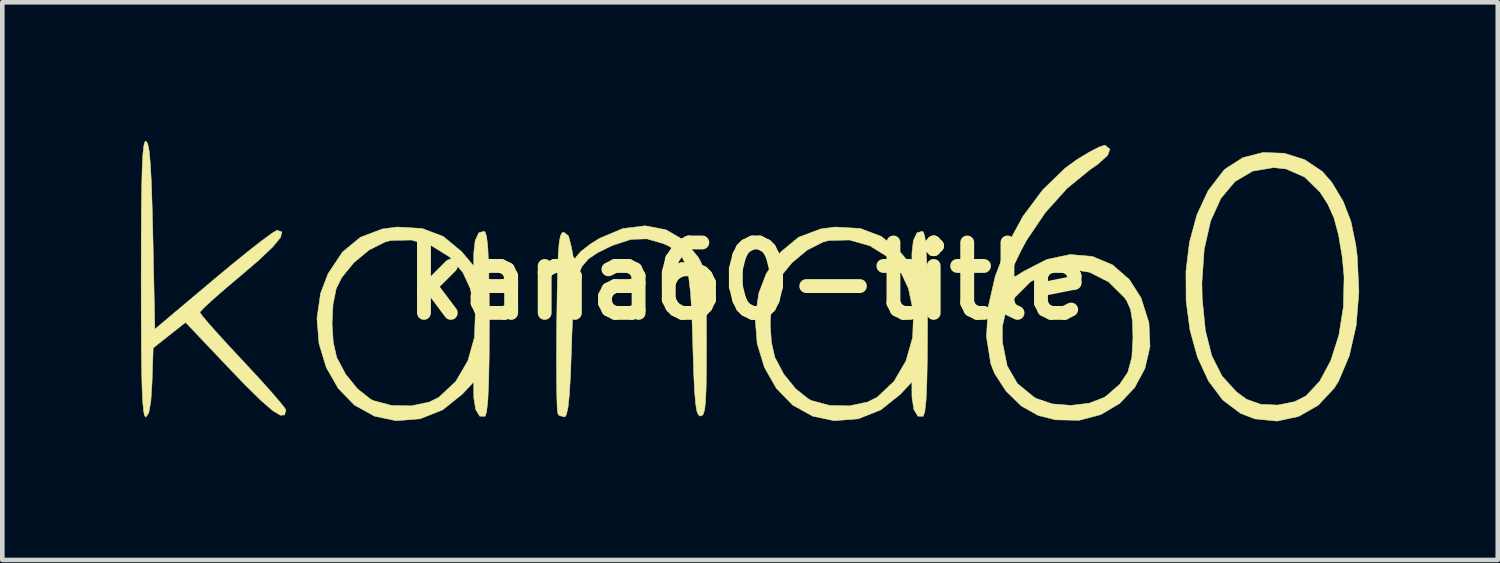
<source format=kicad_pcb>
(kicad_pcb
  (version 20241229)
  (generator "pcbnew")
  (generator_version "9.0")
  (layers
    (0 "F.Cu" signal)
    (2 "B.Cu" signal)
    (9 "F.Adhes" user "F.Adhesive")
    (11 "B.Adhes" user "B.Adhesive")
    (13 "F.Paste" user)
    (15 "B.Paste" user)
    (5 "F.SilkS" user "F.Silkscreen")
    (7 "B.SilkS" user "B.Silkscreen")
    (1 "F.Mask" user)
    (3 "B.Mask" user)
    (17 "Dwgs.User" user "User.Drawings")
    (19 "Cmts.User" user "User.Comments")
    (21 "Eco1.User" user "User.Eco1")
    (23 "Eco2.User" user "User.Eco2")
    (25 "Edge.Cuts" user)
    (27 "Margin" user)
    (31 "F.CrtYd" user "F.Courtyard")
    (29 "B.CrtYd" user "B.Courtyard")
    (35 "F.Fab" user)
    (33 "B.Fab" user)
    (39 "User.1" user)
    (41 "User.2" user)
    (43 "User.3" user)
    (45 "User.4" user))
  (footprint "kana60-title"
    (layer "F.Cu")
    (at 13.128 3.032)
    (property "Reference" "kana60-title" (at 0 0 0) (layer "F.SilkS") (effects (font (size 1.524 1.524) (thickness 0.3))))
    (attr through_hole)
    (fp_poly (pts (xy -12.981 -2.969) (xy -12.95 -2.813) (xy -12.925 -2.543) (xy -12.903 -2.146) (xy -12.885 -1.608) (xy -12.869 -0.975) (xy -12.827 1.042) (xy -11.557 -0.027) (xy -11.16 -0.357) (xy -10.803 -0.646) (xy -10.507 -0.877) (xy -10.294 -1.033) (xy -10.186 -1.098) (xy -10.181 -1.099) (xy -10.077 -1.062) (xy -10.107 -0.944) (xy -10.272 -0.743) (xy -10.575 -0.454) (xy -10.964 -0.121) (xy -11.289 0.153) (xy -11.56 0.389) (xy -11.755 0.568) (xy -11.848 0.668) (xy -11.853 0.678) (xy -11.798 0.757) (xy -11.646 0.937) (xy -11.415 1.195) (xy -11.127 1.509) (xy -10.922 1.728) (xy -10.607 2.067) (xy -10.337 2.366) (xy -10.133 2.602) (xy -10.013 2.752) (xy -9.991 2.793) (xy -10.02 2.898) (xy -10.113 2.903) (xy -10.28 2.801) (xy -10.529 2.586) (xy -10.87 2.251) (xy -11.17 1.939) (xy -12.162 0.894) (xy -12.513 1.171) (xy -12.863 1.448) (xy -12.887 2.178) (xy -12.913 2.598) (xy -12.959 2.852) (xy -13.018 2.942) (xy -13.046 2.919) (xy -13.07 2.817) (xy -13.088 2.625) (xy -13.103 2.328) (xy -13.113 1.913) (xy -13.119 1.368) (xy -13.122 0.678) (xy -13.123 -0.042) (xy -13.122 -0.867) (xy -13.118 -1.537) (xy -13.111 -2.063) (xy -13.101 -2.46) (xy -13.086 -2.742) (xy -13.067 -2.921) (xy -13.043 -3.011) (xy -13.018 -3.027) (xy -12.981 -2.969)) (stroke (width 0.01) (type solid)) (fill yes) (layer "F.SilkS"))
    (fp_poly (pts (xy 11.614 -2.766) (xy 12.055 -2.627) (xy 12.438 -2.371) (xy 12.644 -2.135) (xy 12.89 -1.723) (xy 13.056 -1.294) (xy 13.162 -0.787) (xy 13.194 -0.535) (xy 13.23 0.233) (xy 13.171 0.96) (xy 13.023 1.615) (xy 12.792 2.162) (xy 12.695 2.318) (xy 12.349 2.689) (xy 11.925 2.93) (xy 11.457 3.031) (xy 10.979 2.983) (xy 10.668 2.864) (xy 10.284 2.575) (xy 9.973 2.16) (xy 9.736 1.646) (xy 9.574 1.062) (xy 9.491 0.434) (xy 9.488 0.041) (xy 9.832 0.041) (xy 9.839 0.38) (xy 9.907 1.069) (xy 10.047 1.621) (xy 10.269 2.058) (xy 10.582 2.401) (xy 10.795 2.557) (xy 11.101 2.667) (xy 11.474 2.684) (xy 11.84 2.61) (xy 12.084 2.486) (xy 12.382 2.168) (xy 12.622 1.719) (xy 12.796 1.173) (xy 12.894 0.559) (xy 12.909 -0.089) (xy 12.87 -0.514) (xy 12.789 -0.999) (xy 12.69 -1.367) (xy 12.554 -1.668) (xy 12.386 -1.926) (xy 12.054 -2.251) (xy 11.652 -2.426) (xy 11.383 -2.455) (xy 10.931 -2.379) (xy 10.55 -2.155) (xy 10.245 -1.793) (xy 10.021 -1.301) (xy 9.882 -0.687) (xy 9.832 0.041) (xy 9.488 0.041) (xy 9.487 -0.209) (xy 9.563 -0.84) (xy 9.723 -1.431) (xy 9.967 -1.956) (xy 10.297 -2.385) (xy 10.342 -2.429) (xy 10.719 -2.671) (xy 11.156 -2.782) (xy 11.614 -2.766)) (stroke (width 0.01) (type solid)) (fill yes) (layer "F.SilkS"))
    (fp_poly (pts (xy -7.044 -1.138) (xy -6.585 -0.965) (xy -6.197 -0.644) (xy -6.149 -0.59) (xy -5.927 -0.326) (xy -5.925 -0.607) (xy -5.895 -0.877) (xy -5.817 -1.043) (xy -5.706 -1.076) (xy -5.682 -1.064) (xy -5.648 -0.969) (xy -5.621 -0.727) (xy -5.603 -0.334) (xy -5.592 0.217) (xy -5.588 0.931) (xy -5.592 1.646) (xy -5.603 2.197) (xy -5.621 2.59) (xy -5.648 2.832) (xy -5.682 2.927) (xy -5.797 2.924) (xy -5.883 2.782) (xy -5.924 2.529) (xy -5.925 2.468) (xy -5.927 2.183) (xy -6.173 2.447) (xy -6.598 2.787) (xy -7.086 2.981) (xy -7.606 3.023) (xy -8.074 2.924) (xy -8.508 2.684) (xy -8.859 2.323) (xy -9.118 1.869) (xy -9.274 1.354) (xy -9.31 0.918) (xy -8.992 0.918) (xy -8.966 1.323) (xy -8.894 1.644) (xy -8.892 1.651) (xy -8.701 2.013) (xy -8.442 2.333) (xy -8.161 2.555) (xy -8.096 2.588) (xy -7.705 2.692) (xy -7.278 2.701) (xy -6.886 2.618) (xy -6.682 2.517) (xy -6.314 2.172) (xy -6.054 1.728) (xy -5.911 1.221) (xy -5.891 0.687) (xy -6.001 0.162) (xy -6.161 -0.185) (xy -6.451 -0.524) (xy -6.839 -0.764) (xy -7.278 -0.888) (xy -7.72 -0.878) (xy -7.847 -0.845) (xy -8.19 -0.672) (xy -8.519 -0.4) (xy -8.781 -0.08) (xy -8.902 0.164) (xy -8.971 0.506) (xy -8.992 0.918) (xy -9.31 0.918) (xy -9.319 0.809) (xy -9.24 0.264) (xy -9.079 -0.158) (xy -8.767 -0.627) (xy -8.378 -0.948) (xy -7.902 -1.127) (xy -7.589 -1.169) (xy -7.044 -1.138)) (stroke (width 0.01) (type solid)) (fill yes) (layer "F.SilkS"))
    (fp_poly (pts (xy 2.439 -1.138) (xy 2.897 -0.965) (xy 3.286 -0.644) (xy 3.334 -0.59) (xy 3.556 -0.326) (xy 3.557 -0.607) (xy 3.588 -0.877) (xy 3.666 -1.043) (xy 3.776 -1.076) (xy 3.801 -1.064) (xy 3.835 -0.969) (xy 3.862 -0.727) (xy 3.88 -0.334) (xy 3.891 0.217) (xy 3.895 0.931) (xy 3.891 1.646) (xy 3.88 2.197) (xy 3.862 2.59) (xy 3.835 2.832) (xy 3.801 2.927) (xy 3.686 2.924) (xy 3.6 2.782) (xy 3.559 2.529) (xy 3.557 2.468) (xy 3.556 2.183) (xy 3.31 2.447) (xy 2.885 2.787) (xy 2.397 2.981) (xy 1.876 3.023) (xy 1.409 2.924) (xy 0.975 2.684) (xy 0.624 2.323) (xy 0.365 1.869) (xy 0.208 1.354) (xy 0.173 0.918) (xy 0.49 0.918) (xy 0.516 1.323) (xy 0.588 1.644) (xy 0.591 1.651) (xy 0.782 2.013) (xy 1.041 2.333) (xy 1.322 2.555) (xy 1.387 2.588) (xy 1.778 2.692) (xy 2.204 2.701) (xy 2.597 2.618) (xy 2.801 2.517) (xy 3.169 2.172) (xy 3.428 1.728) (xy 3.572 1.221) (xy 3.592 0.687) (xy 3.482 0.162) (xy 3.321 -0.185) (xy 3.032 -0.524) (xy 2.644 -0.764) (xy 2.205 -0.888) (xy 1.763 -0.878) (xy 1.635 -0.845) (xy 1.293 -0.672) (xy 0.964 -0.4) (xy 0.701 -0.08) (xy 0.581 0.164) (xy 0.512 0.506) (xy 0.49 0.918) (xy 0.173 0.918) (xy 0.164 0.809) (xy 0.242 0.264) (xy 0.404 -0.158) (xy 0.716 -0.627) (xy 1.104 -0.948) (xy 1.58 -1.127) (xy 1.894 -1.169) (xy 2.439 -1.138)) (stroke (width 0.01) (type solid)) (fill yes) (layer "F.SilkS"))
    (fp_poly (pts (xy 7.736 -2.939) (xy 7.841 -2.855) (xy 7.792 -2.722) (xy 7.588 -2.535) (xy 7.408 -2.409) (xy 6.914 -2.006) (xy 6.445 -1.484) (xy 6.043 -0.891) (xy 5.92 -0.663) (xy 5.763 -0.339) (xy 5.693 -0.148) (xy 5.712 -0.077) (xy 5.82 -0.112) (xy 5.973 -0.209) (xy 6.477 -0.468) (xy 6.98 -0.574) (xy 7.462 -0.533) (xy 7.897 -0.351) (xy 8.263 -0.032) (xy 8.515 0.365) (xy 8.686 0.902) (xy 8.709 1.417) (xy 8.599 1.893) (xy 8.374 2.31) (xy 8.051 2.649) (xy 7.646 2.89) (xy 7.176 3.014) (xy 6.659 3.003) (xy 6.287 2.908) (xy 5.925 2.704) (xy 5.595 2.384) (xy 5.346 2) (xy 5.263 1.79) (xy 5.17 1.208) (xy 5.183 0.984) (xy 5.514 0.984) (xy 5.515 1.293) (xy 5.519 1.342) (xy 5.618 1.836) (xy 5.841 2.22) (xy 6.198 2.512) (xy 6.251 2.543) (xy 6.593 2.658) (xy 6.996 2.691) (xy 7.392 2.644) (xy 7.715 2.52) (xy 7.764 2.487) (xy 8.052 2.236) (xy 8.229 1.974) (xy 8.316 1.65) (xy 8.34 1.228) (xy 8.329 0.865) (xy 8.289 0.619) (xy 8.21 0.436) (xy 8.163 0.366) (xy 7.812 0.018) (xy 7.402 -0.19) (xy 6.963 -0.259) (xy 6.527 -0.19) (xy 6.125 0.013) (xy 5.787 0.351) (xy 5.697 0.489) (xy 5.568 0.745) (xy 5.514 0.984) (xy 5.183 0.984) (xy 5.206 0.566) (xy 5.36 -0.104) (xy 5.616 -0.771) (xy 5.963 -1.405) (xy 6.387 -1.973) (xy 6.875 -2.445) (xy 7.13 -2.63) (xy 7.395 -2.79) (xy 7.609 -2.901) (xy 7.73 -2.94) (xy 7.736 -2.939)) (stroke (width 0.01) (type solid)) (fill yes) (layer "F.SilkS"))
    (fp_poly (pts (xy -1.766 -1.11) (xy -1.376 -0.883) (xy -1.07 -0.519) (xy -1.063 -0.508) (xy -1.001 -0.389) (xy -0.956 -0.257) (xy -0.924 -0.085) (xy -0.905 0.156) (xy -0.894 0.493) (xy -0.89 0.952) (xy -0.889 1.355) (xy -0.891 1.914) (xy -0.897 2.325) (xy -0.91 2.61) (xy -0.93 2.79) (xy -0.961 2.886) (xy -1.003 2.92) (xy -1.016 2.921) (xy -1.062 2.898) (xy -1.098 2.814) (xy -1.125 2.648) (xy -1.147 2.38) (xy -1.166 1.988) (xy -1.183 1.451) (xy -1.185 1.351) (xy -1.206 0.726) (xy -1.234 0.248) (xy -1.277 -0.108) (xy -1.341 -0.365) (xy -1.433 -0.545) (xy -1.56 -0.672) (xy -1.73 -0.77) (xy -1.824 -0.811) (xy -2.177 -0.913) (xy -2.521 -0.902) (xy -2.913 -0.774) (xy -3.009 -0.731) (xy -3.258 -0.606) (xy -3.446 -0.477) (xy -3.582 -0.319) (xy -3.676 -0.107) (xy -3.738 0.186) (xy -3.776 0.585) (xy -3.8 1.115) (xy -3.81 1.432) (xy -3.831 2.015) (xy -3.855 2.443) (xy -3.885 2.73) (xy -3.921 2.892) (xy -3.958 2.942) (xy -4.077 2.91) (xy -4.108 2.863) (xy -4.12 2.748) (xy -4.128 2.489) (xy -4.133 2.113) (xy -4.135 1.646) (xy -4.132 1.112) (xy -4.129 0.845) (xy -4.12 0.221) (xy -4.11 -0.254) (xy -4.096 -0.598) (xy -4.077 -0.831) (xy -4.051 -0.972) (xy -4.018 -1.041) (xy -3.979 -1.058) (xy -3.875 -0.976) (xy -3.811 -0.73) (xy -3.81 -0.72) (xy -3.773 -0.521) (xy -3.731 -0.485) (xy -3.708 -0.525) (xy -3.606 -0.642) (xy -3.403 -0.799) (xy -3.2 -0.926) (xy -2.7 -1.136) (xy -2.215 -1.196) (xy -1.766 -1.11)) (stroke (width 0.01) (type solid)) (fill yes) (layer "F.SilkS")))
  (gr_rect
    (start -3 -3)
    (end 29.363 9.068)
    (stroke (width 0.1) (type default))
    (fill no)
    (layer "Edge.Cuts")))
</source>
